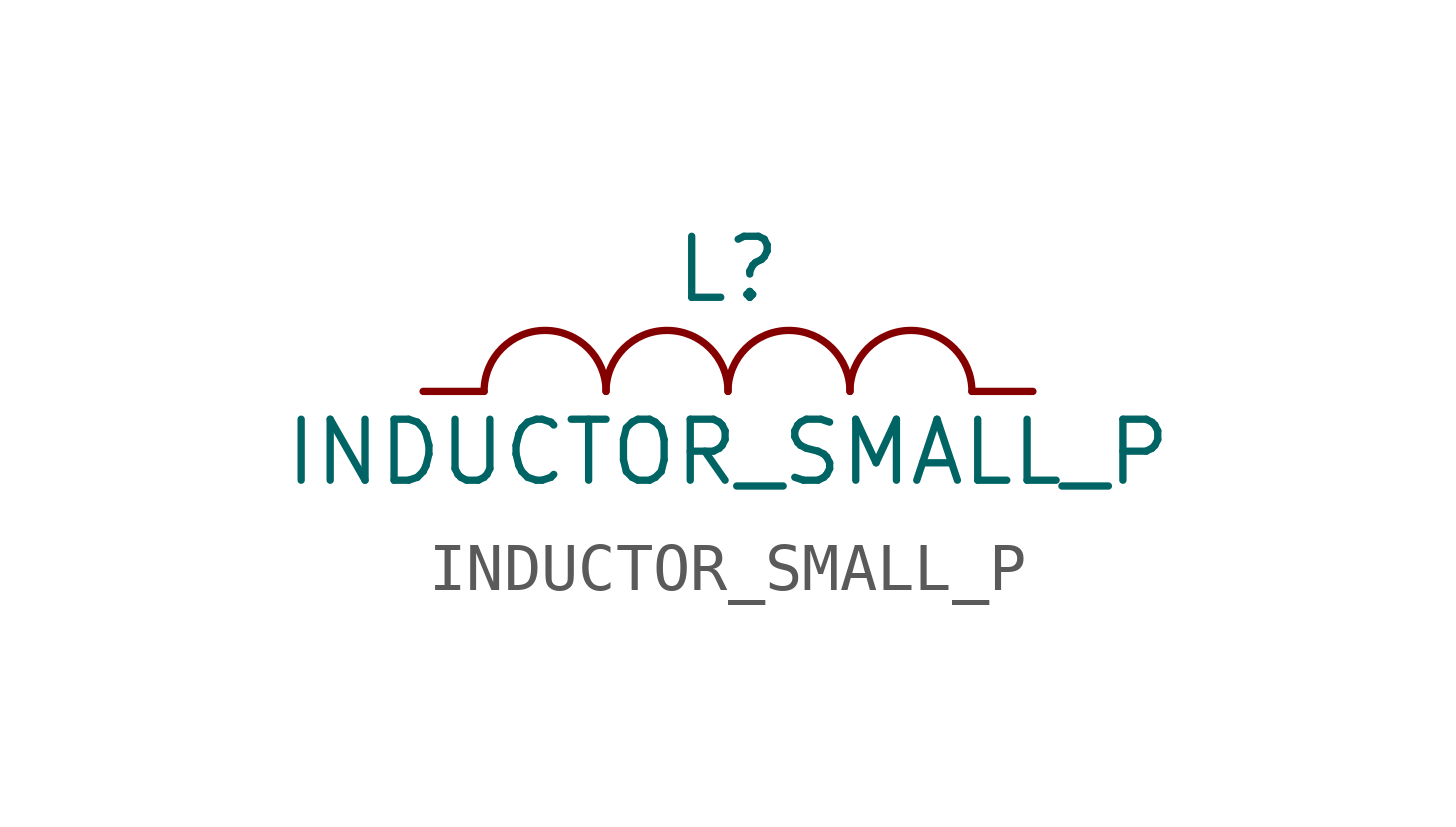
<source format=kicad_sym>
(kicad_symbol_lib
  (version 20220914)
  (generator kicad_symbol_editor)
  (symbol "INDUCTOR_SMALL_P"
    (pin_numbers hide)
    (pin_names
      (offset 0) hide)
    (property "Reference" "L"
      (at 0 2.54 0)
      (effects (font (size 1.27 1.27))))
    (property "Value" "INDUCTOR_SMALL_P"
      (at 0 -1.27 0)
      (effects (font (size 1.27 1.27))))
    (property "Footprint" ""
      (at 0 0 0)
      (effects (font (size 1.27 1.27))))
    (property "Datasheet" ""
      (at 0 0 0)
      (effects (font (size 1.27 1.27))))
    (symbol "INDUCTOR_SMALL_P_0_1"
      (arc (start -2.54 0) (mid -3.81 1.2645) (end -5.08 0) (stroke (width 0) (type solid)) (fill (type none)))
      (arc (start 0 0) (mid -1.27 1.2645) (end -2.54 0) (stroke (width 0) (type solid)) (fill (type none)))
      (arc (start 2.54 0) (mid 1.27 1.2645) (end 0 0) (stroke (width 0) (type solid)) (fill (type none)))
      (arc (start 5.08 0) (mid 3.81 1.2645) (end 2.54 0) (stroke (width 0) (type solid)) (fill (type none))))
    (symbol "INDUCTOR_SMALL_P_1_1"
      (pin output line (at -6.35 0 0) (length 1.27) (name "1" (effects (font (size 0.762 0.762)))) (number "1" (effects (font (size 0.762 0.762)))))
      (pin input line (at 6.35 0 180) (length 1.27) (name "2" (effects (font (size 0.762 0.762)))) (number "2" (effects (font (size 0.762 0.762))))))))
</source>
